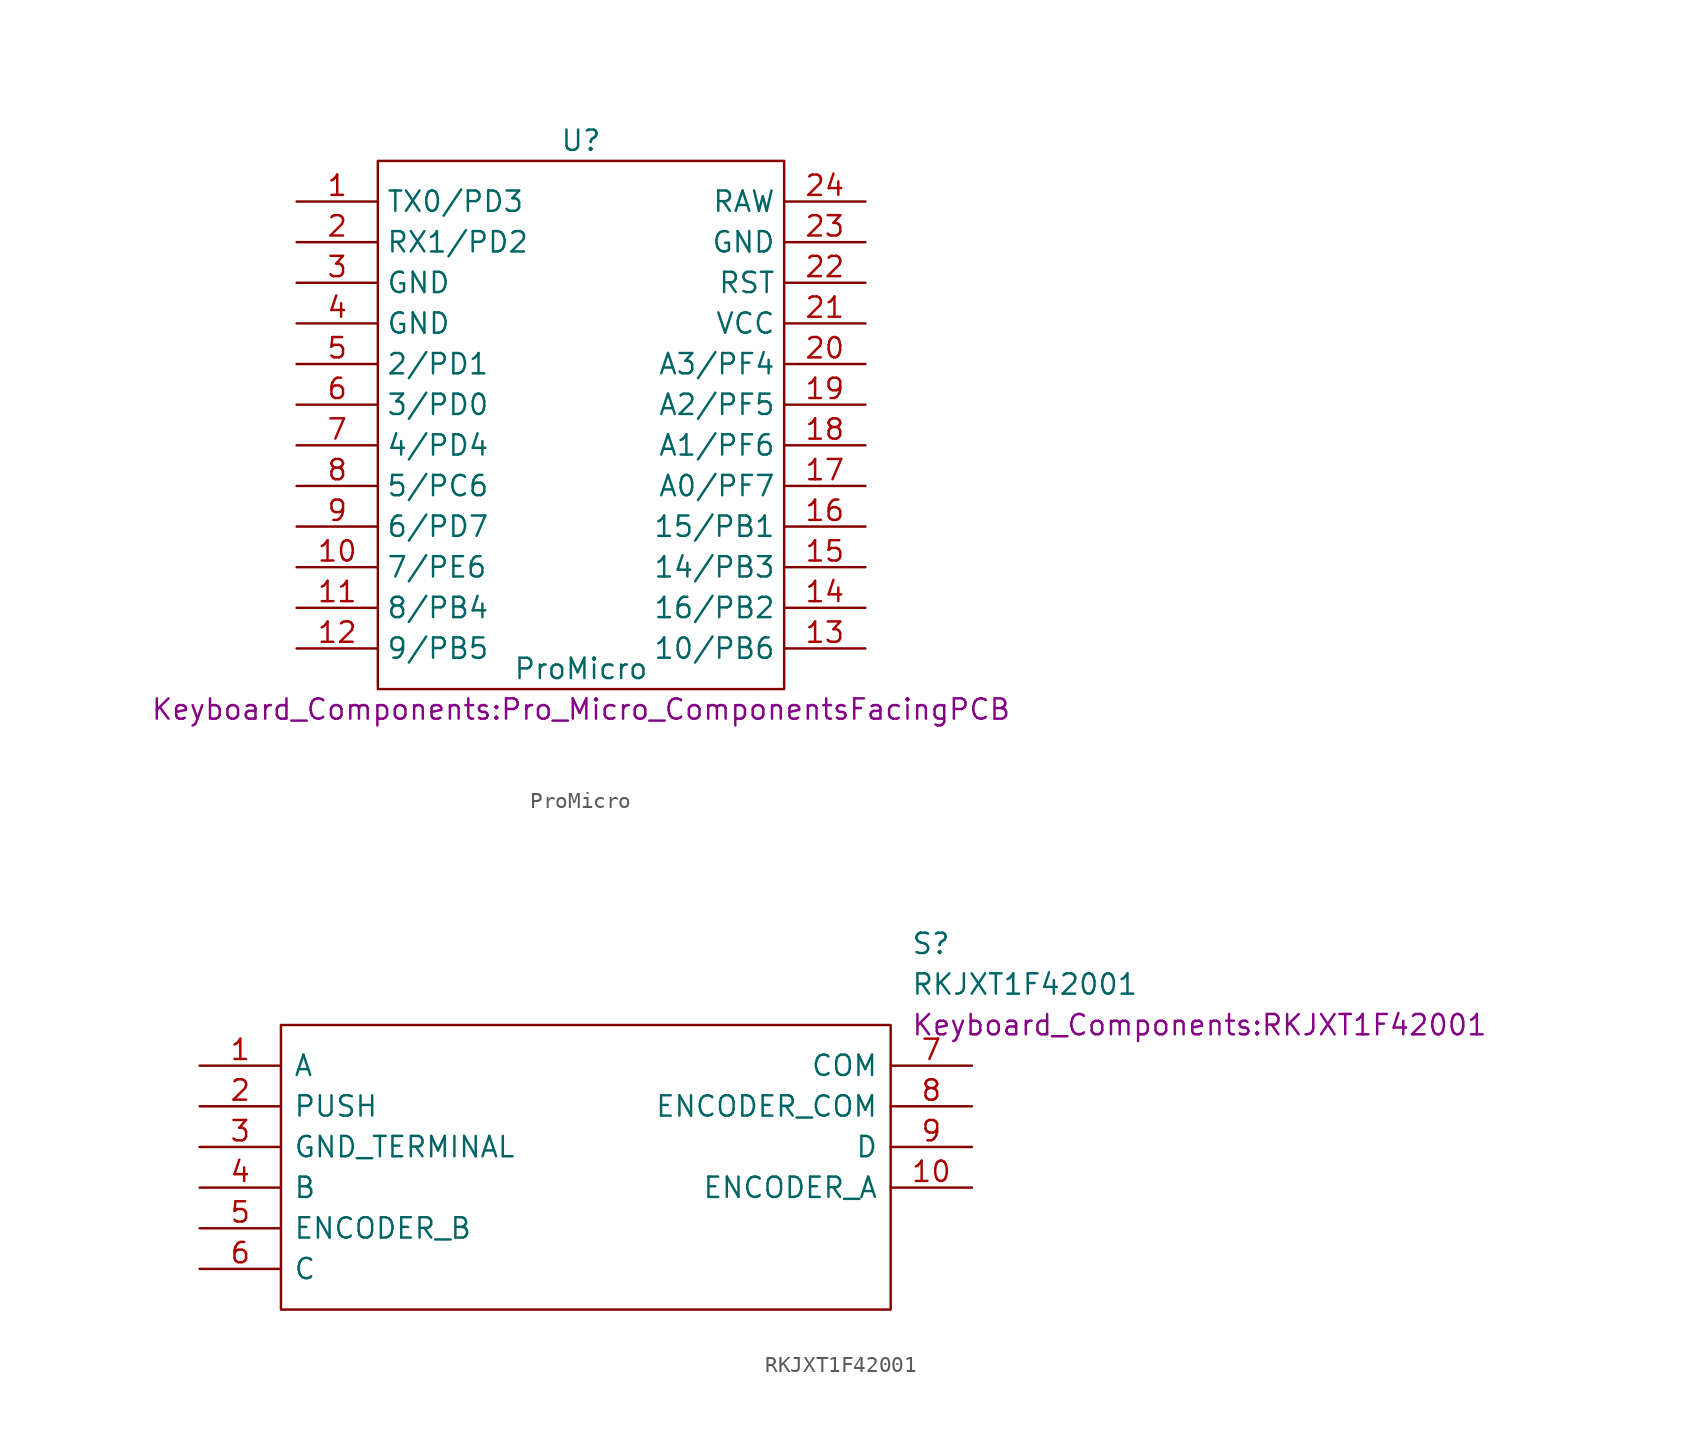
<source format=kicad_sym>
(kicad_symbol_lib
  (version 20211014)
  (generator kicad_symbol_editor)
  (symbol "ProMicro"
    (property "Reference" "U"
      (at 0 17.78 0)
      (effects (font (size 1.27 1.27))))
    (property "Value" "ProMicro"
      (at 0 -15.24 0)
      (effects (font (size 1.27 1.27))))
    (property "Footprint" "Keyboard_Components:Pro_Micro_ComponentsFacingPCB"
      (at 0 -17.78 0)
      (effects (font (size 1.27 1.27))))
    (symbol "ProMicro_0_1"
      (rectangle (start -12.7 16.51) (end 12.7 -16.51) (stroke (width 0) (type default) (color 0 0 0 0)) (fill (type none))))
    (symbol "ProMicro_1_1"
      (pin bidirectional line (at -17.78 13.97 0) (length 5.08) (name "TX0/PD3" (effects (font (size 1.27 1.27)))) (number "1" (effects (font (size 1.27 1.27)))))
      (pin bidirectional line (at -17.78 -8.89 0) (length 5.08) (name "7/PE6" (effects (font (size 1.27 1.27)))) (number "10" (effects (font (size 1.27 1.27)))))
      (pin bidirectional line (at -17.78 -11.43 0) (length 5.08) (name "8/PB4" (effects (font (size 1.27 1.27)))) (number "11" (effects (font (size 1.27 1.27)))))
      (pin bidirectional line (at -17.78 -13.97 0) (length 5.08) (name "9/PB5" (effects (font (size 1.27 1.27)))) (number "12" (effects (font (size 1.27 1.27)))))
      (pin bidirectional line (at 17.78 -13.97 180) (length 5.08) (name "10/PB6" (effects (font (size 1.27 1.27)))) (number "13" (effects (font (size 1.27 1.27)))))
      (pin bidirectional line (at 17.78 -11.43 180) (length 5.08) (name "16/PB2" (effects (font (size 1.27 1.27)))) (number "14" (effects (font (size 1.27 1.27)))))
      (pin bidirectional line (at 17.78 -8.89 180) (length 5.08) (name "14/PB3" (effects (font (size 1.27 1.27)))) (number "15" (effects (font (size 1.27 1.27)))))
      (pin bidirectional line (at 17.78 -6.35 180) (length 5.08) (name "15/PB1" (effects (font (size 1.27 1.27)))) (number "16" (effects (font (size 1.27 1.27)))))
      (pin input line (at 17.78 -3.81 180) (length 5.08) (name "A0/PF7" (effects (font (size 1.27 1.27)))) (number "17" (effects (font (size 1.27 1.27)))))
      (pin bidirectional line (at 17.78 -1.27 180) (length 5.08) (name "A1/PF6" (effects (font (size 1.27 1.27)))) (number "18" (effects (font (size 1.27 1.27)))))
      (pin bidirectional line (at 17.78 1.27 180) (length 5.08) (name "A2/PF5" (effects (font (size 1.27 1.27)))) (number "19" (effects (font (size 1.27 1.27)))))
      (pin bidirectional line (at -17.78 11.43 0) (length 5.08) (name "RX1/PD2" (effects (font (size 1.27 1.27)))) (number "2" (effects (font (size 1.27 1.27)))))
      (pin bidirectional line (at 17.78 3.81 180) (length 5.08) (name "A3/PF4" (effects (font (size 1.27 1.27)))) (number "20" (effects (font (size 1.27 1.27)))))
      (pin power_out line (at 17.78 6.35 180) (length 5.08) (name "VCC" (effects (font (size 1.27 1.27)))) (number "21" (effects (font (size 1.27 1.27)))))
      (pin input line (at 17.78 8.89 180) (length 5.08) (name "RST" (effects (font (size 1.27 1.27)))) (number "22" (effects (font (size 1.27 1.27)))))
      (pin power_out line (at 17.78 11.43 180) (length 5.08) (name "GND" (effects (font (size 1.27 1.27)))) (number "23" (effects (font (size 1.27 1.27)))))
      (pin output line (at 17.78 13.97 180) (length 5.08) (name "RAW" (effects (font (size 1.27 1.27)))) (number "24" (effects (font (size 1.27 1.27)))))
      (pin power_out line (at -17.78 8.89 0) (length 5.08) (name "GND" (effects (font (size 1.27 1.27)))) (number "3" (effects (font (size 1.27 1.27)))))
      (pin power_out line (at -17.78 6.35 0) (length 5.08) (name "GND" (effects (font (size 1.27 1.27)))) (number "4" (effects (font (size 1.27 1.27)))))
      (pin bidirectional line (at -17.78 3.81 0) (length 5.08) (name "2/PD1" (effects (font (size 1.27 1.27)))) (number "5" (effects (font (size 1.27 1.27)))))
      (pin bidirectional line (at -17.78 1.27 0) (length 5.08) (name "3/PD0" (effects (font (size 1.27 1.27)))) (number "6" (effects (font (size 1.27 1.27)))))
      (pin bidirectional line (at -17.78 -1.27 0) (length 5.08) (name "4/PD4" (effects (font (size 1.27 1.27)))) (number "7" (effects (font (size 1.27 1.27)))))
      (pin bidirectional line (at -17.78 -3.81 0) (length 5.08) (name "5/PC6" (effects (font (size 1.27 1.27)))) (number "8" (effects (font (size 1.27 1.27)))))
      (pin bidirectional line (at -17.78 -6.35 0) (length 5.08) (name "6/PD7" (effects (font (size 1.27 1.27)))) (number "9" (effects (font (size 1.27 1.27)))))))
  (symbol "RKJXT1F42001"
    (pin_names
      (offset 0.762))
    (property "Reference" "S"
      (at 44.45 7.62 0)
      (effects (font (size 1.27 1.27)) (justify left)))
    (property "Value" "RKJXT1F42001"
      (at 44.45 5.08 0)
      (effects (font (size 1.27 1.27)) (justify left)))
    (property "Footprint" "Keyboard_Components:RKJXT1F42001"
      (at 44.45 2.54 0)
      (effects (font (size 1.27 1.27)) (justify left)))
    (symbol "RKJXT1F42001_0_0"
      (pin passive line (at 0 0 0) (length 5.08) (name "A" (effects (font (size 1.27 1.27)))) (number "1" (effects (font (size 1.27 1.27)))))
      (pin passive line (at 48.26 -7.62 180) (length 5.08) (name "ENCODER_A" (effects (font (size 1.27 1.27)))) (number "10" (effects (font (size 1.27 1.27)))))
      (pin passive line (at 0 -2.54 0) (length 5.08) (name "PUSH" (effects (font (size 1.27 1.27)))) (number "2" (effects (font (size 1.27 1.27)))))
      (pin passive line (at 0 -5.08 0) (length 5.08) (name "GND_TERMINAL" (effects (font (size 1.27 1.27)))) (number "3" (effects (font (size 1.27 1.27)))))
      (pin passive line (at 0 -7.62 0) (length 5.08) (name "B" (effects (font (size 1.27 1.27)))) (number "4" (effects (font (size 1.27 1.27)))))
      (pin passive line (at 0 -10.16 0) (length 5.08) (name "ENCODER_B" (effects (font (size 1.27 1.27)))) (number "5" (effects (font (size 1.27 1.27)))))
      (pin passive line (at 0 -12.7 0) (length 5.08) (name "C" (effects (font (size 1.27 1.27)))) (number "6" (effects (font (size 1.27 1.27)))))
      (pin passive line (at 48.26 0 180) (length 5.08) (name "COM" (effects (font (size 1.27 1.27)))) (number "7" (effects (font (size 1.27 1.27)))))
      (pin passive line (at 48.26 -2.54 180) (length 5.08) (name "ENCODER_COM" (effects (font (size 1.27 1.27)))) (number "8" (effects (font (size 1.27 1.27)))))
      (pin passive line (at 48.26 -5.08 180) (length 5.08) (name "D" (effects (font (size 1.27 1.27)))) (number "9" (effects (font (size 1.27 1.27))))))
    (symbol "RKJXT1F42001_0_1"
      (polyline (pts (xy 5.08 2.54) (xy 43.18 2.54) (xy 43.18 -15.24) (xy 5.08 -15.24) (xy 5.08 2.54)) (stroke (width 0.152) (type default) (color 0 0 0 0)) (fill (type none))))))
</source>
